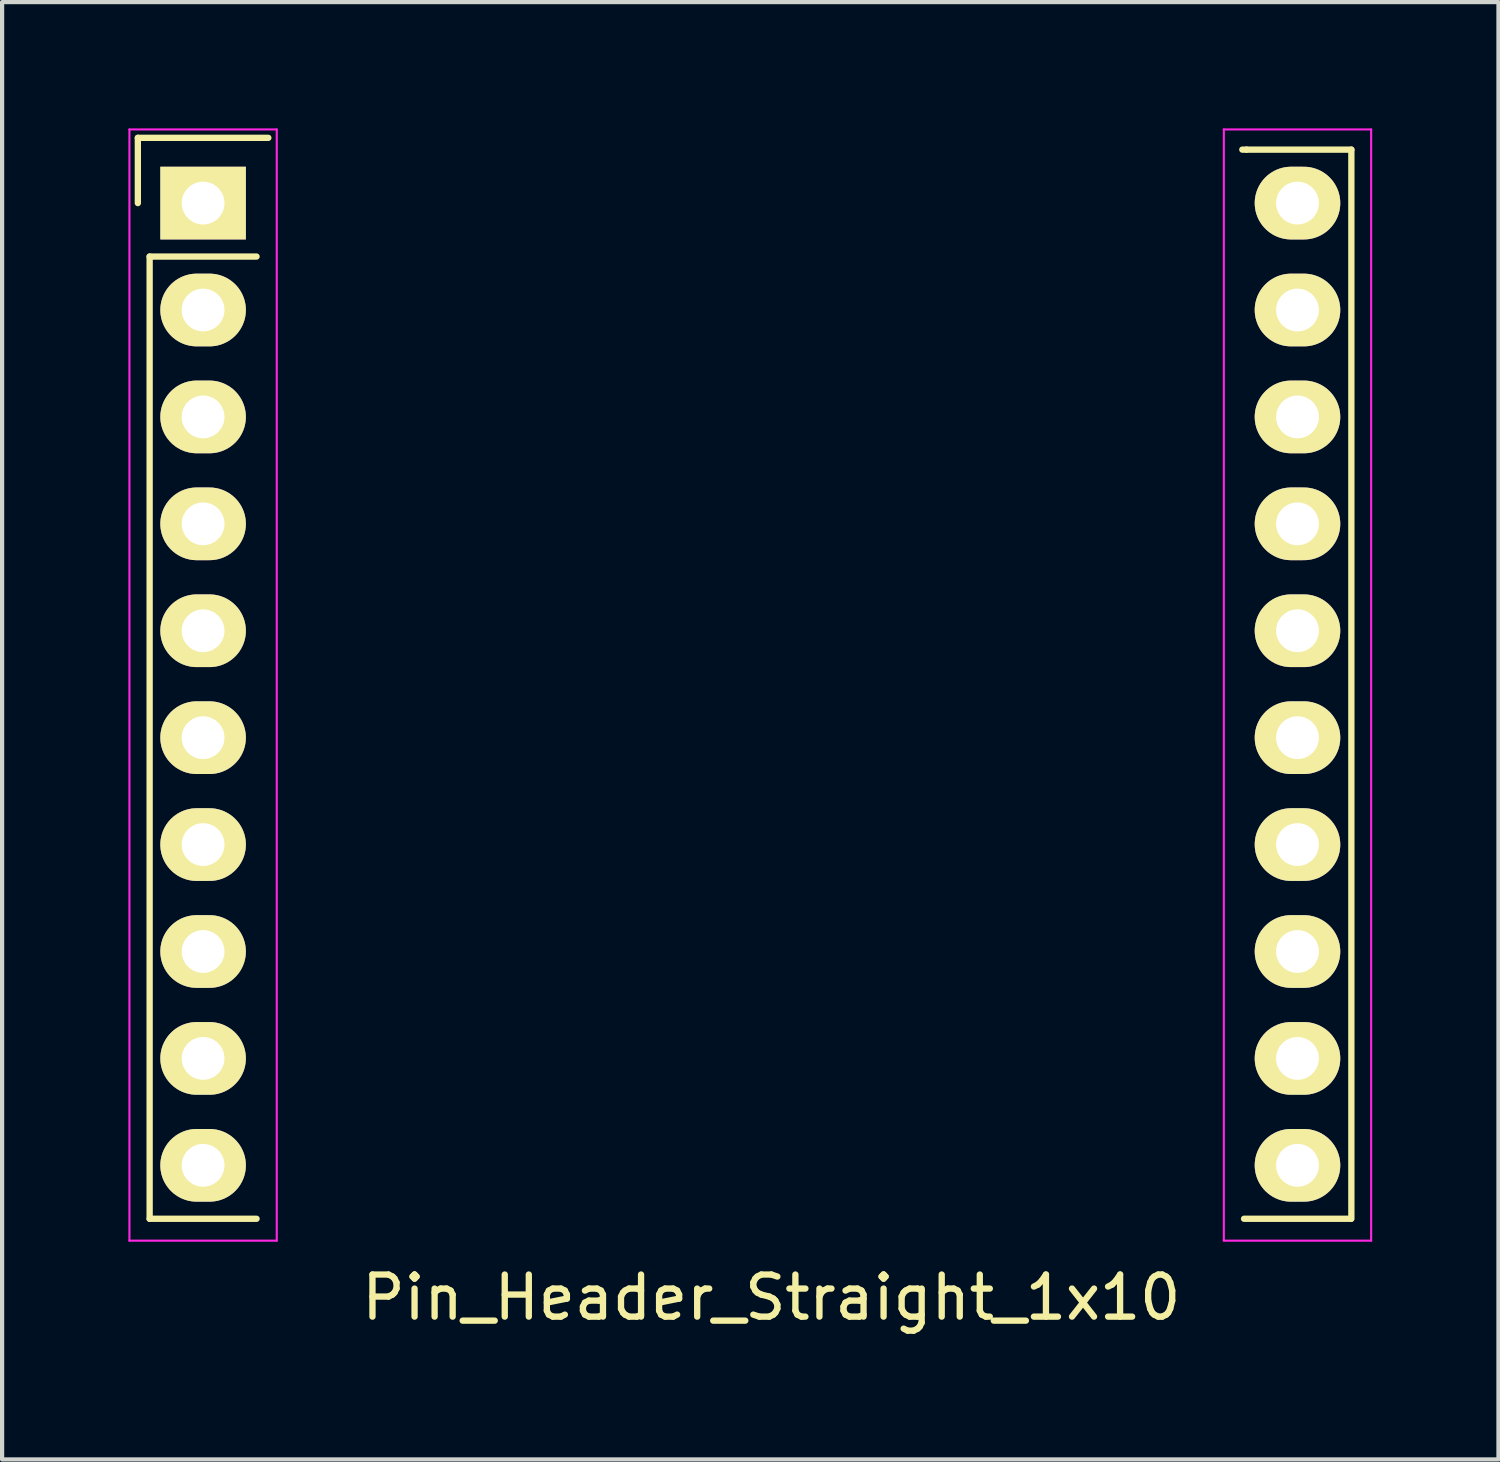
<source format=kicad_pcb>
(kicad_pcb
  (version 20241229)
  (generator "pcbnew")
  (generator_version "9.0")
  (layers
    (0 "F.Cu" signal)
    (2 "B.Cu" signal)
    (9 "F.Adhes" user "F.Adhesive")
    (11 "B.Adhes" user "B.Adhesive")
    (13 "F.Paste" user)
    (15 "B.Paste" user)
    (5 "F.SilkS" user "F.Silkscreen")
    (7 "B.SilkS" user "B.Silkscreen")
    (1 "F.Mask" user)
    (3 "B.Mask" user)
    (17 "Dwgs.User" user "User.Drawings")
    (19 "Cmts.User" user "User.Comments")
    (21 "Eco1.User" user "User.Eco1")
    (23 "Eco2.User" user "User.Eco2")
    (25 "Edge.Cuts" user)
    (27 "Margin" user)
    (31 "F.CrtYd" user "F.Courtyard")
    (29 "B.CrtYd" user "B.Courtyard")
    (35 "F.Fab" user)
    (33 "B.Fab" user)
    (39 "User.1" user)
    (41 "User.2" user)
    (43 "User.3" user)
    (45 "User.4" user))
  (footprint "Pin_Header_Straight_1x10"
    (layer "F.Cu")
    (at 1.775 1.775)
    (property "Reference" "Pin_Header_Straight_1x10" (at 13.5 26 0) (layer "F.SilkS") (effects (font (size 1 1) (thickness 0.15))))
    (attr through_hole)
    (fp_line (start -1.55 -1.55) (end 1.55 -1.55) (stroke (width 0.15) (type solid)) (layer "F.SilkS"))
    (fp_line (start -1.55 0) (end -1.55 -1.55) (stroke (width 0.15) (type solid)) (layer "F.SilkS"))
    (fp_line (start -1.27 24.13) (end -1.27 1.27) (stroke (width 0.15) (type solid)) (layer "F.SilkS"))
    (fp_line (start 1.27 1.27) (end -1.27 1.27) (stroke (width 0.15) (type solid)) (layer "F.SilkS"))
    (fp_line (start 1.27 24.13) (end -1.27 24.13) (stroke (width 0.15) (type solid)) (layer "F.SilkS"))
    (fp_line (start 24.79 -1.27) (end 24.689 -1.27) (stroke (width 0.15) (type solid)) (layer "F.SilkS"))
    (fp_line (start 27.27 24.13) (end 24.73 24.13) (stroke (width 0.15) (type solid)) (layer "F.SilkS"))
    (fp_line (start 27.28 -1.27) (end 24.79 -1.27) (stroke (width 0.15) (type solid)) (layer "F.SilkS"))
    (fp_line (start 27.28 24.13) (end 27.28 -1.27) (stroke (width 0.15) (type solid)) (layer "F.SilkS"))
    (fp_line (start -1.75 -1.75) (end -1.75 24.65) (stroke (width 0.05) (type solid)) (layer "F.CrtYd"))
    (fp_line (start -1.75 -1.75) (end 1.75 -1.75) (stroke (width 0.05) (type solid)) (layer "F.CrtYd"))
    (fp_line (start -1.75 24.65) (end 1.75 24.65) (stroke (width 0.05) (type solid)) (layer "F.CrtYd"))
    (fp_line (start 1.75 -1.75) (end 1.75 24.65) (stroke (width 0.05) (type solid)) (layer "F.CrtYd"))
    (fp_line (start 24.25 -1.75) (end 24.25 24.65) (stroke (width 0.05) (type solid)) (layer "F.CrtYd"))
    (fp_line (start 24.25 -1.75) (end 27.75 -1.75) (stroke (width 0.05) (type solid)) (layer "F.CrtYd"))
    (fp_line (start 24.25 24.65) (end 27.75 24.65) (stroke (width 0.05) (type solid)) (layer "F.CrtYd"))
    (fp_line (start 27.75 -1.75) (end 27.75 24.65) (stroke (width 0.05) (type solid)) (layer "F.CrtYd"))
    (pad "1" thru_hole rect (at 0 0) (size 2.032 1.727) (drill 1.016) (layers "*.Cu" "*.Mask" "F.SilkS"))
    (pad "2" thru_hole oval (at 0 2.54) (size 2.032 1.727) (drill 1.016) (layers "*.Cu" "*.Mask" "F.SilkS"))
    (pad "3" thru_hole oval (at 0 5.08) (size 2.032 1.727) (drill 1.016) (layers "*.Cu" "*.Mask" "F.SilkS"))
    (pad "4" thru_hole oval (at 0 7.62) (size 2.032 1.727) (drill 1.016) (layers "*.Cu" "*.Mask" "F.SilkS"))
    (pad "5" thru_hole oval (at 0 10.16) (size 2.032 1.727) (drill 1.016) (layers "*.Cu" "*.Mask" "F.SilkS"))
    (pad "6" thru_hole oval (at 0 12.7) (size 2.032 1.727) (drill 1.016) (layers "*.Cu" "*.Mask" "F.SilkS"))
    (pad "7" thru_hole oval (at 0 15.24) (size 2.032 1.727) (drill 1.016) (layers "*.Cu" "*.Mask" "F.SilkS"))
    (pad "8" thru_hole oval (at 0 17.78) (size 2.032 1.727) (drill 1.016) (layers "*.Cu" "*.Mask" "F.SilkS"))
    (pad "9" thru_hole oval (at 0 20.32) (size 2.032 1.727) (drill 1.016) (layers "*.Cu" "*.Mask" "F.SilkS"))
    (pad "10" thru_hole oval (at 0 22.86) (size 2.032 1.727) (drill 1.016) (layers "*.Cu" "*.Mask" "F.SilkS"))
    (pad "11" thru_hole oval (at 26 22.86) (size 2.032 1.727) (drill 1.016) (layers "*.Cu" "*.Mask" "F.SilkS"))
    (pad "12" thru_hole oval (at 26 20.32) (size 2.032 1.727) (drill 1.016) (layers "*.Cu" "*.Mask" "F.SilkS"))
    (pad "13" thru_hole oval (at 26 17.78) (size 2.032 1.727) (drill 1.016) (layers "*.Cu" "*.Mask" "F.SilkS"))
    (pad "14" thru_hole oval (at 26 15.24) (size 2.032 1.727) (drill 1.016) (layers "*.Cu" "*.Mask" "F.SilkS"))
    (pad "15" thru_hole oval (at 26 12.7) (size 2.032 1.727) (drill 1.016) (layers "*.Cu" "*.Mask" "F.SilkS"))
    (pad "16" thru_hole oval (at 26 10.16) (size 2.032 1.727) (drill 1.016) (layers "*.Cu" "*.Mask" "F.SilkS"))
    (pad "17" thru_hole oval (at 26 7.62) (size 2.032 1.727) (drill 1.016) (layers "*.Cu" "*.Mask" "F.SilkS"))
    (pad "18" thru_hole oval (at 26 5.08) (size 2.032 1.727) (drill 1.016) (layers "*.Cu" "*.Mask" "F.SilkS"))
    (pad "19" thru_hole oval (at 26 2.54) (size 2.032 1.727) (drill 1.016) (layers "*.Cu" "*.Mask" "F.SilkS"))
    (pad "20" thru_hole oval (at 26 0) (size 2.032 1.727) (drill 1.016) (layers "*.Cu" "*.Mask" "F.SilkS")))
  (gr_rect
    (start -3 -3)
    (end 32.55 31.623)
    (stroke (width 0.1) (type default))
    (fill no)
    (layer "Edge.Cuts")))
</source>
